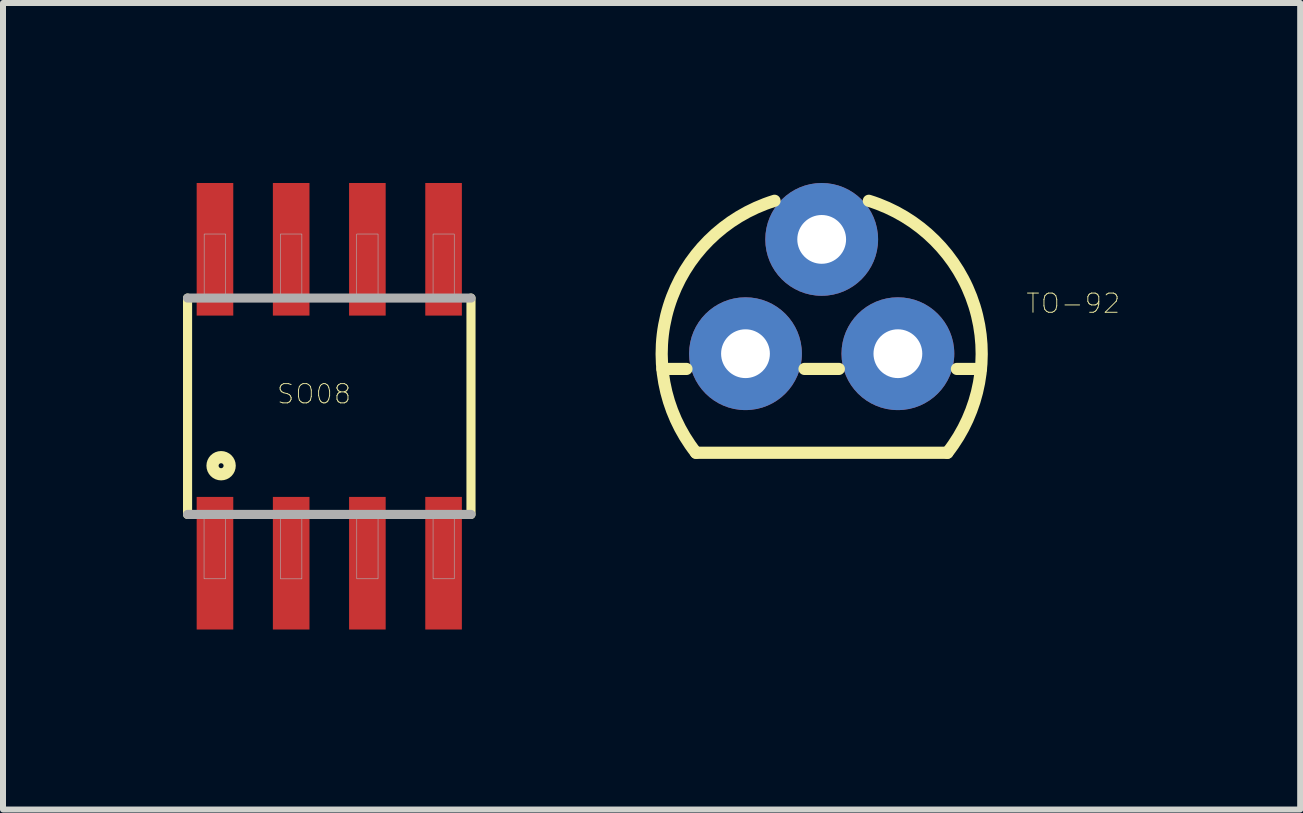
<source format=kicad_pcb>
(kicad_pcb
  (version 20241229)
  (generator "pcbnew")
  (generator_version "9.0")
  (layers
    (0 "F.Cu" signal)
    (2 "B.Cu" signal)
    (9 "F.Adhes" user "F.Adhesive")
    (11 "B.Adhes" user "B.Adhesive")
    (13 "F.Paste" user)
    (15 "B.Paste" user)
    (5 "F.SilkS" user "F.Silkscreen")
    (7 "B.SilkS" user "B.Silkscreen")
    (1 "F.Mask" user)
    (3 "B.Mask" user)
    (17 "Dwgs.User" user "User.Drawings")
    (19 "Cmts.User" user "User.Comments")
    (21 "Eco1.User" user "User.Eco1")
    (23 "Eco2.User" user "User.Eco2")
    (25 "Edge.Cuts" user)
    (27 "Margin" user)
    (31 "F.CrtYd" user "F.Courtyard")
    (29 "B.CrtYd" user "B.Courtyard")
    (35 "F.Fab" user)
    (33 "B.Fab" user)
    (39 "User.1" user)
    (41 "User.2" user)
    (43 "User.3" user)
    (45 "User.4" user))
  (footprint "SO08"
    (layer "F.Cu")
    (at 2.438 3.721)
    (property "Reference" "SO08" (at -0.254 -0.204 0) (layer "F.SilkS") (effects (font (size 0.321 0.321) (thickness 0.015))))
    (attr through_hole)
    (fp_line (start -2.362 -1.803) (end -2.362 1.803) (stroke (width 0.152) (type solid)) (layer "F.SilkS"))
    (fp_line (start 2.362 1.803) (end 2.362 -1.803) (stroke (width 0.152) (type solid)) (layer "F.SilkS"))
    (fp_circle (center -1.803 0.991) (end -1.66 0.991) (stroke (width 0.203) (type solid)) (fill no) (layer "F.SilkS"))
    (fp_line (start -2.362 1.803) (end 2.362 1.803) (stroke (width 0.152) (type solid)) (layer "F.Fab"))
    (fp_line (start 2.362 -1.803) (end -2.362 -1.803) (stroke (width 0.152) (type solid)) (layer "F.Fab"))
    (fp_poly (pts (xy -2.087 1.854) (xy -1.727 1.854) (xy -1.727 2.875) (xy -2.087 2.875)) (stroke (width 0.01) (type solid)) (fill no) (layer "F.Fab"))
    (fp_poly (pts (xy -2.085 -2.87) (xy -1.727 -2.87) (xy -1.727 -1.856) (xy -2.085 -1.856)) (stroke (width 0.01) (type solid)) (fill no) (layer "F.Fab"))
    (fp_poly (pts (xy -0.814 1.854) (xy -0.457 1.854) (xy -0.457 2.876) (xy -0.814 2.876)) (stroke (width 0.01) (type solid)) (fill no) (layer "F.Fab"))
    (fp_poly (pts (xy -0.814 -2.87) (xy -0.457 -2.87) (xy -0.457 -1.856) (xy -0.814 -1.856)) (stroke (width 0.01) (type solid)) (fill no) (layer "F.Fab"))
    (fp_poly (pts (xy 0.457 -2.87) (xy 0.813 -2.87) (xy 0.813 -1.855) (xy 0.457 -1.855)) (stroke (width 0.01) (type solid)) (fill no) (layer "F.Fab"))
    (fp_poly (pts (xy 0.458 1.854) (xy 0.813 1.854) (xy 0.813 2.875) (xy 0.458 2.875)) (stroke (width 0.01) (type solid)) (fill no) (layer "F.Fab"))
    (fp_poly (pts (xy 1.73 1.854) (xy 2.083 1.854) (xy 2.083 2.875) (xy 1.73 2.875)) (stroke (width 0.01) (type solid)) (fill no) (layer "F.Fab"))
    (fp_poly (pts (xy 1.73 -2.87) (xy 2.083 -2.87) (xy 2.083 -1.858) (xy 1.73 -1.858)) (stroke (width 0.01) (type solid)) (fill no) (layer "F.Fab"))
    (pad "1" smd rect (at -1.905 2.616) (size 0.61 2.21) (layers "F.Cu" "F.Mask" "F.Paste"))
    (pad "2" smd rect (at -0.635 2.616) (size 0.61 2.21) (layers "F.Cu" "F.Mask" "F.Paste"))
    (pad "3" smd rect (at 0.635 2.616) (size 0.61 2.21) (layers "F.Cu" "F.Mask" "F.Paste"))
    (pad "4" smd rect (at 1.905 2.616) (size 0.61 2.21) (layers "F.Cu" "F.Mask" "F.Paste"))
    (pad "5" smd rect (at 1.905 -2.616) (size 0.61 2.21) (layers "F.Cu" "F.Mask" "F.Paste"))
    (pad "6" smd rect (at 0.635 -2.616) (size 0.61 2.21) (layers "F.Cu" "F.Mask" "F.Paste"))
    (pad "7" smd rect (at -0.635 -2.616) (size 0.61 2.21) (layers "F.Cu" "F.Mask" "F.Paste"))
    (pad "8" smd rect (at -1.905 -2.616) (size 0.61 2.21) (layers "F.Cu" "F.Mask" "F.Paste")))
  (footprint "TO-92"
    (layer "F.Cu")
    (at 10.645 2.845)
    (property "Reference" "TO-92" (at 4.192 -0.838 0) (layer "F.SilkS") (effects (font (size 0.32 0.32) (thickness 0.015))))
    (attr through_hole)
    (fp_line (start -2.655 0.254) (end -2.254 0.254) (stroke (width 0.203) (type solid)) (layer "F.SilkS"))
    (fp_line (start -2.095 1.651) (end 2.095 1.651) (stroke (width 0.203) (type solid)) (layer "F.SilkS"))
    (fp_line (start -0.286 0.254) (end 0.286 0.254) (stroke (width 0.203) (type solid)) (layer "F.SilkS"))
    (fp_line (start 2.254 0.254) (end 2.655 0.254) (stroke (width 0.203) (type solid)) (layer "F.SilkS"))
    (fp_arc (start -2.0946 1.651) (mid -2.54634 -0.793276) (end -0.7863 -2.5485) (stroke (width 0.2032) (type solid)) (layer "F.SilkS"))
    (fp_arc (start 0.786299 -2.5484) (mid 2.546275 -0.793203) (end 2.0945 1.651) (stroke (width 0.2032) (type solid)) (layer "F.SilkS"))
    (pad "1" thru_hole circle (at -1.27 0) (size 1.88 1.88) (drill 0.813) (layers "*.Cu" "*.Mask"))
    (pad "2" thru_hole circle (at 0 -1.905) (size 1.88 1.88) (drill 0.813) (layers "*.Cu" "*.Mask"))
    (pad "3" thru_hole circle (at 1.27 0) (size 1.88 1.88) (drill 0.813) (layers "*.Cu" "*.Mask")))
  (gr_rect
    (start -3 -3)
    (end 18.62 10.442)
    (stroke (width 0.1) (type default))
    (fill no)
    (layer "Edge.Cuts")))
</source>
